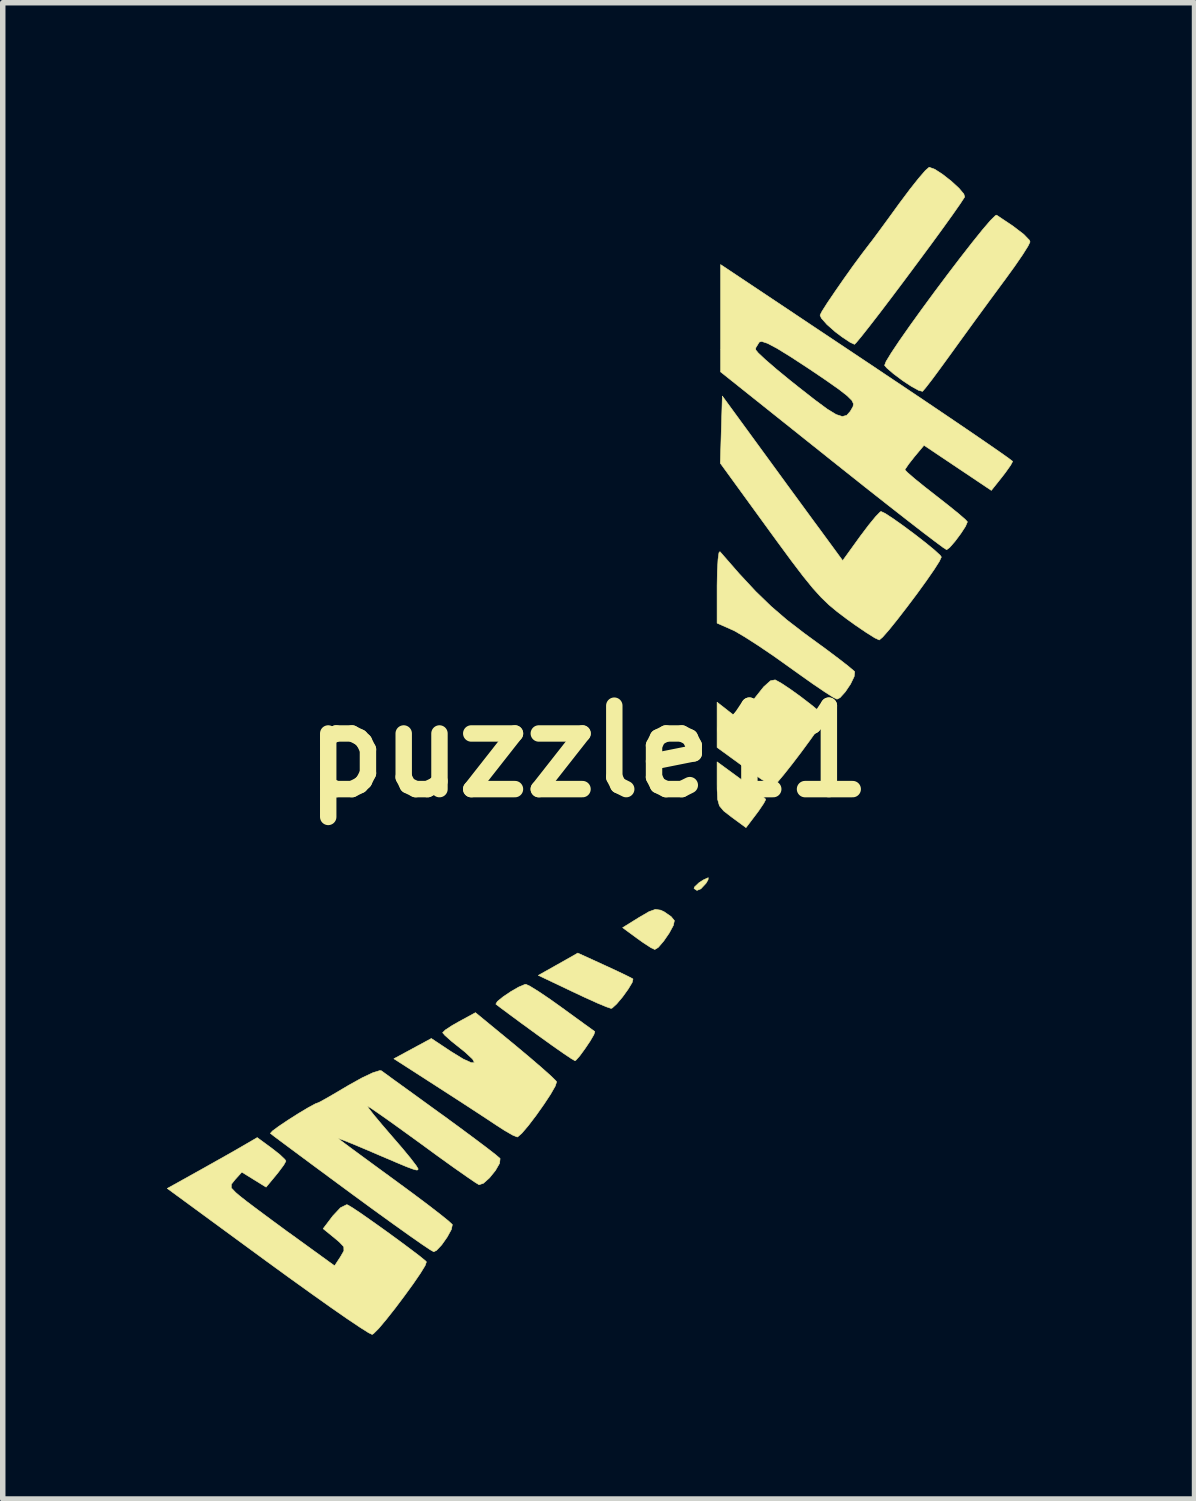
<source format=kicad_pcb>
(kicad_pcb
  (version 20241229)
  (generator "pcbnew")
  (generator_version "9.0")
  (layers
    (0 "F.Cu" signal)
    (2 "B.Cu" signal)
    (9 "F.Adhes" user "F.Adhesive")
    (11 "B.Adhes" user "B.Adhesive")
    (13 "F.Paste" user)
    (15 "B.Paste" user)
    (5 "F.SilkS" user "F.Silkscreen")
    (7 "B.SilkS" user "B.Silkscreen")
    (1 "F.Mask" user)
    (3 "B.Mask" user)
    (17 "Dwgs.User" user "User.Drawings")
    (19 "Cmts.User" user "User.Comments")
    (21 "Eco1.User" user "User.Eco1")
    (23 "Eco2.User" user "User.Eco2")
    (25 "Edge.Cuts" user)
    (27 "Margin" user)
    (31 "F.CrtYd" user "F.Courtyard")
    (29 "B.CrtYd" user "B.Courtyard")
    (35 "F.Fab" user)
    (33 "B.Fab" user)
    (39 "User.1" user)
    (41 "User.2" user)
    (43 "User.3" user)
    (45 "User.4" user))
  (footprint "puzzle11"
    (layer "F.Cu")
    (at 7.698 10.673)
    (property "Reference" "puzzle11" (at 0 0 0) (layer "F.SilkS") (effects (font (size 1.524 1.524) (thickness 0.3))))
    (attr through_hole)
    (fp_poly (pts (xy 2.184 2.346) (xy 2.147 2.409) (xy 2.052 2.511) (xy 1.981 2.54) (xy 1.928 2.505) (xy 1.937 2.477) (xy 2.02 2.398) (xy 2.102 2.346) (xy 2.188 2.307) (xy 2.184 2.346)) (stroke (width 0.01) (type solid)) (fill yes) (layer "F.SilkS"))
    (fp_poly (pts (xy 1.318 2.9) (xy 1.382 2.93) (xy 1.509 3.018) (xy 1.569 3.091) (xy 1.55 3.179) (xy 1.475 3.318) (xy 1.373 3.466) (xy 1.274 3.581) (xy 1.211 3.619) (xy 1.14 3.585) (xy 1.003 3.496) (xy 0.896 3.42) (xy 0.624 3.22) (xy 0.925 3.033) (xy 1.105 2.928) (xy 1.222 2.886) (xy 1.318 2.9)) (stroke (width 0.01) (type solid)) (fill yes) (layer "F.SilkS"))
    (fp_poly (pts (xy 2.794 0.517) (xy 2.994 0.667) (xy 3.147 0.79) (xy 3.229 0.867) (xy 3.237 0.881) (xy 3.2 0.951) (xy 3.111 1.083) (xy 3.056 1.157) (xy 2.877 1.393) (xy 2.613 1.199) (xy 2.471 1.089) (xy 2.392 0.995) (xy 2.358 0.875) (xy 2.35 0.686) (xy 2.349 0.599) (xy 2.349 0.192) (xy 2.794 0.517)) (stroke (width 0.01) (type solid)) (fill yes) (layer "F.SilkS"))
    (fp_poly (pts (xy 0.296 3.908) (xy 0.523 4.013) (xy 0.7 4.098) (xy 0.801 4.15) (xy 0.813 4.158) (xy 0.798 4.222) (xy 0.725 4.343) (xy 0.622 4.486) (xy 0.515 4.613) (xy 0.433 4.688) (xy 0.413 4.695) (xy 0.333 4.668) (xy 0.164 4.598) (xy -0.066 4.494) (xy -0.283 4.392) (xy -0.916 4.091) (xy -0.555 3.888) (xy -0.195 3.684) (xy 0.296 3.908)) (stroke (width 0.01) (type solid)) (fill yes) (layer "F.SilkS"))
    (fp_poly (pts (xy 3.519 -1.246) (xy 3.682 -1.138) (xy 3.871 -1.002) (xy 4.056 -0.86) (xy 4.21 -0.735) (xy 4.303 -0.646) (xy 4.318 -0.622) (xy 4.282 -0.548) (xy 4.186 -0.401) (xy 4.048 -0.207) (xy 3.888 0.011) (xy 3.722 0.229) (xy 3.57 0.421) (xy 3.45 0.564) (xy 3.38 0.632) (xy 3.373 0.635) (xy 3.301 0.6) (xy 3.152 0.505) (xy 2.953 0.368) (xy 2.834 0.281) (xy 2.349 -0.072) (xy 2.349 -0.898) (xy 2.55 -0.741) (xy 2.75 -0.584) (xy 3.03 -0.964) (xy 3.201 -1.179) (xy 3.324 -1.289) (xy 3.41 -1.306) (xy 3.519 -1.246)) (stroke (width 0.01) (type solid)) (fill yes) (layer "F.SilkS"))
    (fp_poly (pts (xy -1.067 4.29) (xy -0.912 4.386) (xy -0.703 4.527) (xy -0.49 4.679) (xy -0.256 4.849) (xy -0.063 4.989) (xy 0.069 5.084) (xy 0.116 5.118) (xy 0.099 5.173) (xy 0.03 5.292) (xy -0.066 5.434) (xy -0.161 5.564) (xy -0.231 5.642) (xy -0.247 5.65) (xy -0.31 5.614) (xy -0.455 5.517) (xy -0.662 5.372) (xy -0.911 5.193) (xy -0.971 5.149) (xy -1.227 4.963) (xy -1.445 4.802) (xy -1.605 4.683) (xy -1.686 4.621) (xy -1.692 4.616) (xy -1.664 4.568) (xy -1.561 4.484) (xy -1.419 4.388) (xy -1.275 4.305) (xy -1.164 4.258) (xy -1.142 4.255) (xy -1.067 4.29)) (stroke (width 0.01) (type solid)) (fill yes) (layer "F.SilkS"))
    (fp_poly (pts (xy 2.751 -3.247) (xy 3.053 -2.922) (xy 3.335 -2.649) (xy 3.623 -2.401) (xy 3.945 -2.153) (xy 4.067 -2.064) (xy 4.337 -1.867) (xy 4.57 -1.692) (xy 4.746 -1.555) (xy 4.847 -1.47) (xy 4.862 -1.454) (xy 4.853 -1.367) (xy 4.787 -1.23) (xy 4.691 -1.087) (xy 4.595 -0.981) (xy 4.539 -0.953) (xy 4.468 -0.988) (xy 4.314 -1.087) (xy 4.097 -1.234) (xy 3.836 -1.419) (xy 3.688 -1.525) (xy 3.39 -1.737) (xy 3.104 -1.931) (xy 2.856 -2.09) (xy 2.674 -2.197) (xy 2.625 -2.22) (xy 2.349 -2.342) (xy 2.349 -3.025) (xy 2.354 -3.295) (xy 2.366 -3.503) (xy 2.383 -3.627) (xy 2.401 -3.648) (xy 2.751 -3.247)) (stroke (width 0.01) (type solid)) (fill yes) (layer "F.SilkS"))
    (fp_poly (pts (xy 7.747 -9.598) (xy 7.95 -9.443) (xy 8.053 -9.336) (xy 8.065 -9.305) (xy 8.028 -9.228) (xy 7.93 -9.072) (xy 7.783 -8.858) (xy 7.602 -8.608) (xy 7.572 -8.568) (xy 7.325 -8.233) (xy 7.047 -7.853) (xy 6.778 -7.482) (xy 6.614 -7.255) (xy 6.433 -7.006) (xy 6.278 -6.796) (xy 6.162 -6.646) (xy 6.103 -6.577) (xy 6.101 -6.575) (xy 6.029 -6.594) (xy 5.889 -6.672) (xy 5.742 -6.769) (xy 5.572 -6.896) (xy 5.45 -7.001) (xy 5.408 -7.05) (xy 5.436 -7.122) (xy 5.53 -7.276) (xy 5.676 -7.495) (xy 5.865 -7.765) (xy 6.083 -8.068) (xy 6.318 -8.388) (xy 6.559 -8.71) (xy 6.794 -9.018) (xy 7.011 -9.296) (xy 7.197 -9.527) (xy 7.341 -9.695) (xy 7.431 -9.784) (xy 7.454 -9.794) (xy 7.747 -9.598)) (stroke (width 0.01) (type solid)) (fill yes) (layer "F.SilkS"))
    (fp_poly (pts (xy -1.333 5.373) (xy -1.076 5.588) (xy -0.855 5.778) (xy -0.689 5.926) (xy -0.595 6.018) (xy -0.582 6.036) (xy -0.607 6.114) (xy -0.691 6.261) (xy -0.815 6.449) (xy -0.957 6.65) (xy -1.098 6.835) (xy -1.217 6.975) (xy -1.293 7.041) (xy -1.302 7.043) (xy -1.385 7.009) (xy -1.536 6.922) (xy -1.683 6.827) (xy -1.855 6.713) (xy -2.104 6.55) (xy -2.399 6.358) (xy -2.709 6.158) (xy -2.777 6.114) (xy -3.554 5.614) (xy -2.87 5.244) (xy -2.51 5.483) (xy -2.287 5.62) (xy -2.141 5.686) (xy -2.082 5.686) (xy -2.116 5.621) (xy -2.252 5.494) (xy -2.337 5.426) (xy -2.504 5.292) (xy -2.622 5.187) (xy -2.664 5.138) (xy -2.615 5.089) (xy -2.485 5.004) (xy -2.365 4.936) (xy -2.064 4.772) (xy -1.333 5.373)) (stroke (width 0.01) (type solid)) (fill yes) (layer "F.SilkS"))
    (fp_poly (pts (xy 6.326 -10.631) (xy 6.47 -10.537) (xy 6.628 -10.413) (xy 6.767 -10.285) (xy 6.856 -10.179) (xy 6.871 -10.126) (xy 6.79 -10.002) (xy 6.653 -9.806) (xy 6.472 -9.554) (xy 6.259 -9.262) (xy 6.025 -8.946) (xy 5.784 -8.622) (xy 5.548 -8.308) (xy 5.328 -8.018) (xy 5.136 -7.77) (xy 4.986 -7.58) (xy 4.889 -7.464) (xy 4.858 -7.434) (xy 4.777 -7.472) (xy 4.633 -7.568) (xy 4.508 -7.662) (xy 4.354 -7.798) (xy 4.253 -7.913) (xy 4.23 -7.967) (xy 4.267 -8.04) (xy 4.363 -8.191) (xy 4.502 -8.396) (xy 4.665 -8.631) (xy 4.837 -8.873) (xy 5.002 -9.096) (xy 5.141 -9.278) (xy 5.161 -9.303) (xy 5.216 -9.376) (xy 5.33 -9.53) (xy 5.486 -9.743) (xy 5.668 -9.994) (xy 5.685 -10.017) (xy 5.869 -10.263) (xy 6.031 -10.467) (xy 6.153 -10.608) (xy 6.221 -10.667) (xy 6.224 -10.668) (xy 6.326 -10.631)) (stroke (width 0.01) (type solid)) (fill yes) (layer "F.SilkS"))
    (fp_poly (pts (xy 3.11 -5.578) (xy 3.367 -5.226) (xy 3.636 -4.857) (xy 3.894 -4.505) (xy 4.115 -4.203) (xy 4.209 -4.076) (xy 4.643 -3.484) (xy 4.967 -3.933) (xy 5.119 -4.134) (xy 5.246 -4.289) (xy 5.328 -4.373) (xy 5.344 -4.381) (xy 5.42 -4.345) (xy 5.565 -4.25) (xy 5.754 -4.116) (xy 5.961 -3.962) (xy 6.159 -3.808) (xy 6.322 -3.674) (xy 6.424 -3.58) (xy 6.445 -3.549) (xy 6.409 -3.471) (xy 6.312 -3.319) (xy 6.17 -3.114) (xy 6 -2.879) (xy 5.818 -2.637) (xy 5.642 -2.409) (xy 5.488 -2.218) (xy 5.372 -2.086) (xy 5.312 -2.035) (xy 5.311 -2.035) (xy 5.232 -2.071) (xy 5.077 -2.168) (xy 4.871 -2.308) (xy 4.718 -2.418) (xy 4.545 -2.549) (xy 4.393 -2.675) (xy 4.249 -2.814) (xy 4.097 -2.982) (xy 3.923 -3.196) (xy 3.713 -3.472) (xy 3.451 -3.828) (xy 3.303 -4.031) (xy 2.408 -5.263) (xy 2.445 -6.489) (xy 3.11 -5.578)) (stroke (width 0.01) (type solid)) (fill yes) (layer "F.SilkS"))
    (fp_poly (pts (xy -5.787 7.247) (xy -5.638 7.364) (xy -5.544 7.454) (xy -5.526 7.483) (xy -5.564 7.553) (xy -5.659 7.681) (xy -5.708 7.742) (xy -5.888 7.959) (xy -6.11 7.822) (xy -6.331 7.685) (xy -6.452 7.818) (xy -6.523 7.907) (xy -6.524 7.973) (xy -6.443 8.058) (xy -6.371 8.119) (xy -6.247 8.217) (xy -6.044 8.37) (xy -5.788 8.56) (xy -5.504 8.769) (xy -5.403 8.841) (xy -4.637 9.396) (xy -4.529 9.231) (xy -4.467 9.123) (xy -4.469 9.048) (xy -4.551 8.961) (xy -4.633 8.892) (xy -4.846 8.718) (xy -4.668 8.483) (xy -4.529 8.335) (xy -4.419 8.28) (xy -4.397 8.284) (xy -4.315 8.333) (xy -4.157 8.438) (xy -3.949 8.584) (xy -3.713 8.752) (xy -3.475 8.925) (xy -3.257 9.087) (xy -3.083 9.219) (xy -2.979 9.304) (xy -2.96 9.324) (xy -2.983 9.391) (xy -3.07 9.533) (xy -3.202 9.726) (xy -3.362 9.946) (xy -3.531 10.171) (xy -3.693 10.376) (xy -3.83 10.539) (xy -3.925 10.634) (xy -3.951 10.65) (xy -4.019 10.617) (xy -4.177 10.517) (xy -4.414 10.358) (xy -4.716 10.148) (xy -5.071 9.896) (xy -5.468 9.611) (xy -5.863 9.324) (xy -7.693 7.983) (xy -7.133 7.671) (xy -6.86 7.518) (xy -6.597 7.37) (xy -6.385 7.249) (xy -6.311 7.206) (xy -6.05 7.054) (xy -5.787 7.247)) (stroke (width 0.01) (type solid)) (fill yes) (layer "F.SilkS"))
    (fp_poly (pts (xy 5.08 -7.112) (xy 5.6 -6.764) (xy 6.087 -6.438) (xy 6.53 -6.139) (xy 6.919 -5.875) (xy 7.245 -5.652) (xy 7.498 -5.477) (xy 7.668 -5.357) (xy 7.744 -5.299) (xy 7.747 -5.295) (xy 7.711 -5.227) (xy 7.619 -5.097) (xy 7.553 -5.011) (xy 7.358 -4.766) (xy 6.128 -5.59) (xy 5.955 -5.383) (xy 5.848 -5.247) (xy 5.786 -5.156) (xy 5.78 -5.141) (xy 5.827 -5.092) (xy 5.954 -4.982) (xy 6.143 -4.829) (xy 6.35 -4.667) (xy 6.577 -4.489) (xy 6.761 -4.34) (xy 6.883 -4.234) (xy 6.921 -4.192) (xy 6.886 -4.109) (xy 6.8 -3.977) (xy 6.694 -3.835) (xy 6.597 -3.724) (xy 6.542 -3.683) (xy 6.481 -3.721) (xy 6.333 -3.831) (xy 6.106 -4.003) (xy 5.813 -4.23) (xy 5.464 -4.503) (xy 5.069 -4.814) (xy 4.64 -5.155) (xy 4.449 -5.307) (xy 2.413 -6.931) (xy 2.413 -7.337) (xy 3.051 -7.337) (xy 3.1 -7.277) (xy 3.231 -7.154) (xy 3.429 -6.983) (xy 3.676 -6.78) (xy 3.829 -6.658) (xy 4.137 -6.417) (xy 4.363 -6.25) (xy 4.524 -6.152) (xy 4.636 -6.116) (xy 4.716 -6.137) (xy 4.781 -6.209) (xy 4.831 -6.295) (xy 4.841 -6.347) (xy 4.811 -6.41) (xy 4.725 -6.495) (xy 4.572 -6.614) (xy 4.336 -6.78) (xy 4.042 -6.979) (xy 3.698 -7.204) (xy 3.445 -7.36) (xy 3.271 -7.452) (xy 3.165 -7.487) (xy 3.12 -7.476) (xy 3.057 -7.374) (xy 3.051 -7.337) (xy 2.413 -7.337) (xy 2.413 -8.891) (xy 5.08 -7.112)) (stroke (width 0.01) (type solid)) (fill yes) (layer "F.SilkS"))
    (fp_poly (pts (xy -3.782 5.834) (xy -3.712 5.885) (xy -3.556 5.999) (xy -3.33 6.162) (xy -3.051 6.364) (xy -2.737 6.592) (xy -2.683 6.63) (xy -2.367 6.861) (xy -2.086 7.069) (xy -1.856 7.242) (xy -1.695 7.367) (xy -1.618 7.433) (xy -1.614 7.438) (xy -1.624 7.525) (xy -1.699 7.655) (xy -1.808 7.79) (xy -1.919 7.889) (xy -1.999 7.915) (xy -2.074 7.869) (xy -2.233 7.76) (xy -2.46 7.601) (xy -2.736 7.403) (xy -3.041 7.18) (xy -3.345 6.96) (xy -3.613 6.767) (xy -3.829 6.615) (xy -3.976 6.514) (xy -4.038 6.477) (xy -4.038 6.477) (xy -4.013 6.521) (xy -3.919 6.642) (xy -3.77 6.82) (xy -3.593 7.026) (xy -3.402 7.247) (xy -3.247 7.435) (xy -3.145 7.569) (xy -3.111 7.626) (xy -3.117 7.644) (xy -3.143 7.647) (xy -3.207 7.629) (xy -3.325 7.585) (xy -3.514 7.506) (xy -3.791 7.388) (xy -4.062 7.272) (xy -4.292 7.175) (xy -4.466 7.105) (xy -4.561 7.071) (xy -4.57 7.071) (xy -4.512 7.117) (xy -4.367 7.225) (xy -4.151 7.384) (xy -3.881 7.582) (xy -3.573 7.807) (xy -3.524 7.843) (xy -3.211 8.073) (xy -2.935 8.28) (xy -2.712 8.452) (xy -2.558 8.576) (xy -2.488 8.641) (xy -2.486 8.644) (xy -2.505 8.734) (xy -2.58 8.871) (xy -2.68 9.013) (xy -2.776 9.115) (xy -2.826 9.139) (xy -2.892 9.102) (xy -3.046 8.999) (xy -3.275 8.839) (xy -3.565 8.632) (xy -3.902 8.389) (xy -4.274 8.117) (xy -4.33 8.076) (xy -4.704 7.8) (xy -5.045 7.548) (xy -5.339 7.33) (xy -5.573 7.156) (xy -5.734 7.036) (xy -5.807 6.979) (xy -5.809 6.976) (xy -5.772 6.934) (xy -5.656 6.848) (xy -5.489 6.736) (xy -5.302 6.617) (xy -5.125 6.511) (xy -4.989 6.437) (xy -4.925 6.413) (xy -4.868 6.383) (xy -4.725 6.302) (xy -4.522 6.183) (xy -4.379 6.098) (xy -4.134 5.962) (xy -3.937 5.869) (xy -3.811 5.83) (xy -3.782 5.834)) (stroke (width 0.01) (type solid)) (fill yes) (layer "F.SilkS")))
  (gr_rect
    (start -3 -3)
    (end 18.767 24.328)
    (stroke (width 0.1) (type default))
    (fill no)
    (layer "Edge.Cuts")))
</source>
